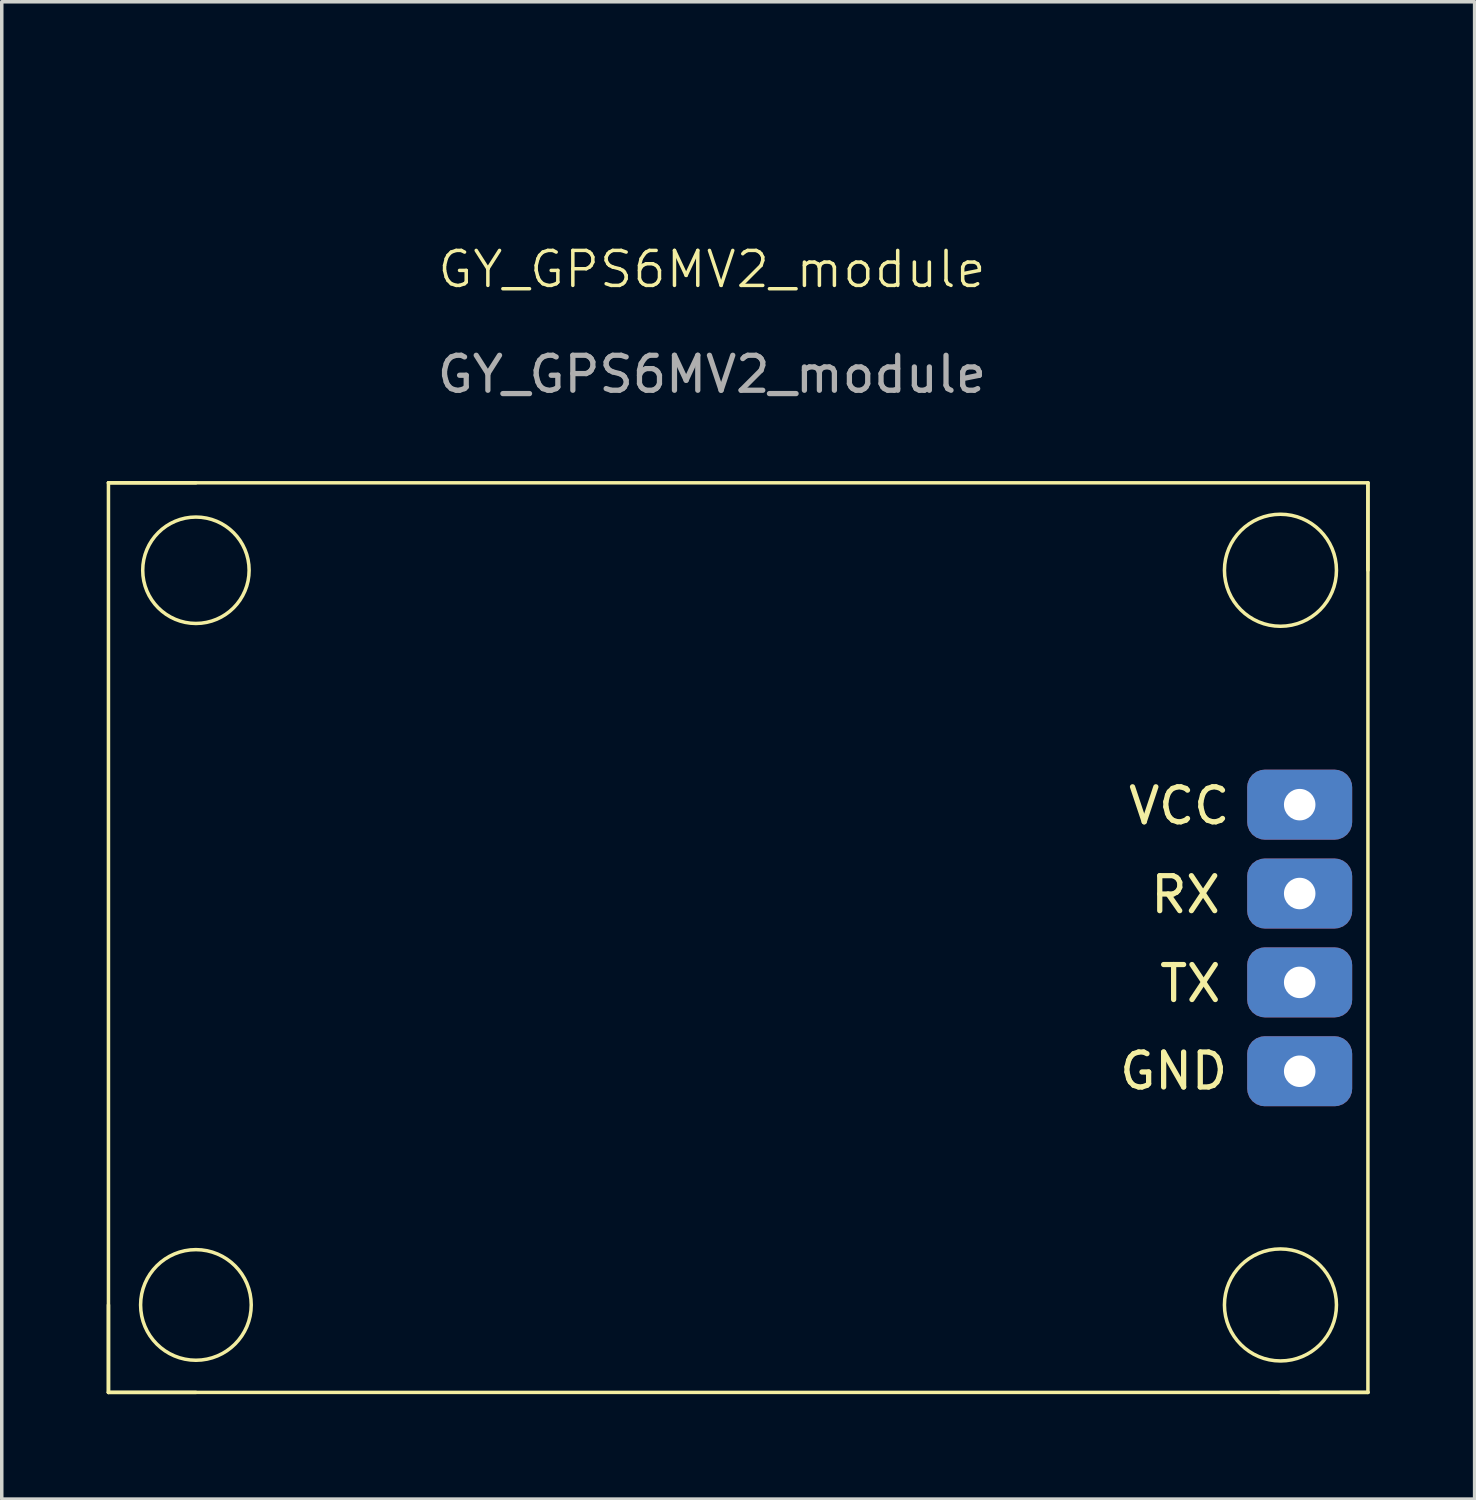
<source format=kicad_pcb>
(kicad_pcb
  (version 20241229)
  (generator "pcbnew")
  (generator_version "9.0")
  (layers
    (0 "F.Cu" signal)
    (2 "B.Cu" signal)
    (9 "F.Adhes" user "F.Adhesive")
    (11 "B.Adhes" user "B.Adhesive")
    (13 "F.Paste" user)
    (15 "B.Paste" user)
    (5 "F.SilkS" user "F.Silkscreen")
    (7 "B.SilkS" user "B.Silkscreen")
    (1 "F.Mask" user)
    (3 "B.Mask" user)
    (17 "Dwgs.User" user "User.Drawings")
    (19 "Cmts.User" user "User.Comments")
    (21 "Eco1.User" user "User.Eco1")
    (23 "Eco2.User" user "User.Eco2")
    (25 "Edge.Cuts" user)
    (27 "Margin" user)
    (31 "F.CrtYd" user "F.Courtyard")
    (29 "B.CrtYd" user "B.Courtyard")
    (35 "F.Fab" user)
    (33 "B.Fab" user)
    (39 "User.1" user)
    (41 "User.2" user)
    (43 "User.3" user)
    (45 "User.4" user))
  (footprint "GY_GPS6MV2_module"
    (layer "F.Cu")
    (at 8.3 0.25)
    (property "Reference" "GY_GPS6MV2_module" (at 9 4.4 0) (unlocked yes) (layer "F.SilkS") (effects (font (size 1 1) (thickness 0.1))))
    (attr smd)
    (fp_line (start -8.25 10.5) (end -8.25 36.5) (stroke (width 0.1) (type default)) (layer "F.SilkS"))
    (fp_line (start -8.25 10.5) (end -5.75 10.5) (stroke (width 0.1) (type default)) (layer "F.SilkS"))
    (fp_line (start -8.25 36.5) (end -8.25 34) (stroke (width 0.1) (type default)) (layer "F.SilkS"))
    (fp_line (start -8.25 36.5) (end 27.75 36.5) (stroke (width 0.1) (type default)) (layer "F.SilkS"))
    (fp_line (start -5.75 36.5) (end -8.25 36.5) (stroke (width 0.1) (type default)) (layer "F.SilkS"))
    (fp_line (start 27.75 10.5) (end -8.25 10.5) (stroke (width 0.1) (type default)) (layer "F.SilkS"))
    (fp_line (start 27.75 10.5) (end 27.75 13) (stroke (width 0.1) (type default)) (layer "F.SilkS"))
    (fp_line (start 27.75 36.5) (end 25.25 36.5) (stroke (width 0.1) (type default)) (layer "F.SilkS"))
    (fp_line (start 27.75 36.5) (end 27.75 10.5) (stroke (width 0.1) (type default)) (layer "F.SilkS"))
    (fp_circle (center -5.75 13) (end -4.25 13.25) (stroke (width 0.1) (type default)) (fill no) (layer "F.SilkS"))
    (fp_circle (center -5.75 34) (end -4.25 34.5) (stroke (width 0.1) (type default)) (fill no) (layer "F.SilkS"))
    (fp_circle (center 25.25 13) (end 26.25 14.25) (stroke (width 0.1) (type default)) (fill no) (layer "F.SilkS"))
    (fp_circle (center 25.25 34) (end 26.5 35) (stroke (width 0.1) (type default)) (fill no) (layer "F.SilkS"))
    (fp_text user "VCC" (at 20.828 20.32 0) (unlocked yes) (layer "F.SilkS") (effects (font (size 1 1) (thickness 0.15)) (justify left bottom)))
    (fp_text user "GND" (at 20.574 27.9 0) (unlocked yes) (layer "F.SilkS") (effects (font (size 1 1) (thickness 0.15)) (justify left bottom)))
    (fp_text user "TX" (at 21.717 25.4 0) (unlocked yes) (layer "F.SilkS") (effects (font (size 1 1) (thickness 0.15)) (justify left bottom)))
    (fp_text user "RX" (at 21.463 22.86 0) (unlocked yes) (layer "F.SilkS") (effects (font (size 1 1) (thickness 0.15)) (justify left bottom)))
    (fp_text user "${REFERENCE}" (at 9 7.4 0) (unlocked yes) (layer "F.Fab") (effects (font (size 1 1) (thickness 0.15))))
    (pad "1" thru_hole roundrect (at 25.8 19.7) (size 3 2) (drill 0.9) (layers "*.Cu" "*.Mask") (roundrect_rratio 0.25))
    (pad "2" thru_hole roundrect (at 25.8 22.24) (size 3 2) (drill 0.9) (layers "*.Cu" "*.Mask") (roundrect_rratio 0.25))
    (pad "3" thru_hole roundrect (at 25.8 24.78) (size 3 2) (drill 0.9) (layers "*.Cu" "*.Mask") (roundrect_rratio 0.25))
    (pad "4" thru_hole roundrect (at 25.8 27.32) (size 3 2) (drill 0.9) (layers "*.Cu" "*.Mask") (roundrect_rratio 0.25)))
  (gr_rect
    (start -3 -3)
    (end 39.1 39.8)
    (stroke (width 0.1) (type default))
    (fill no)
    (layer "Edge.Cuts")))
</source>
